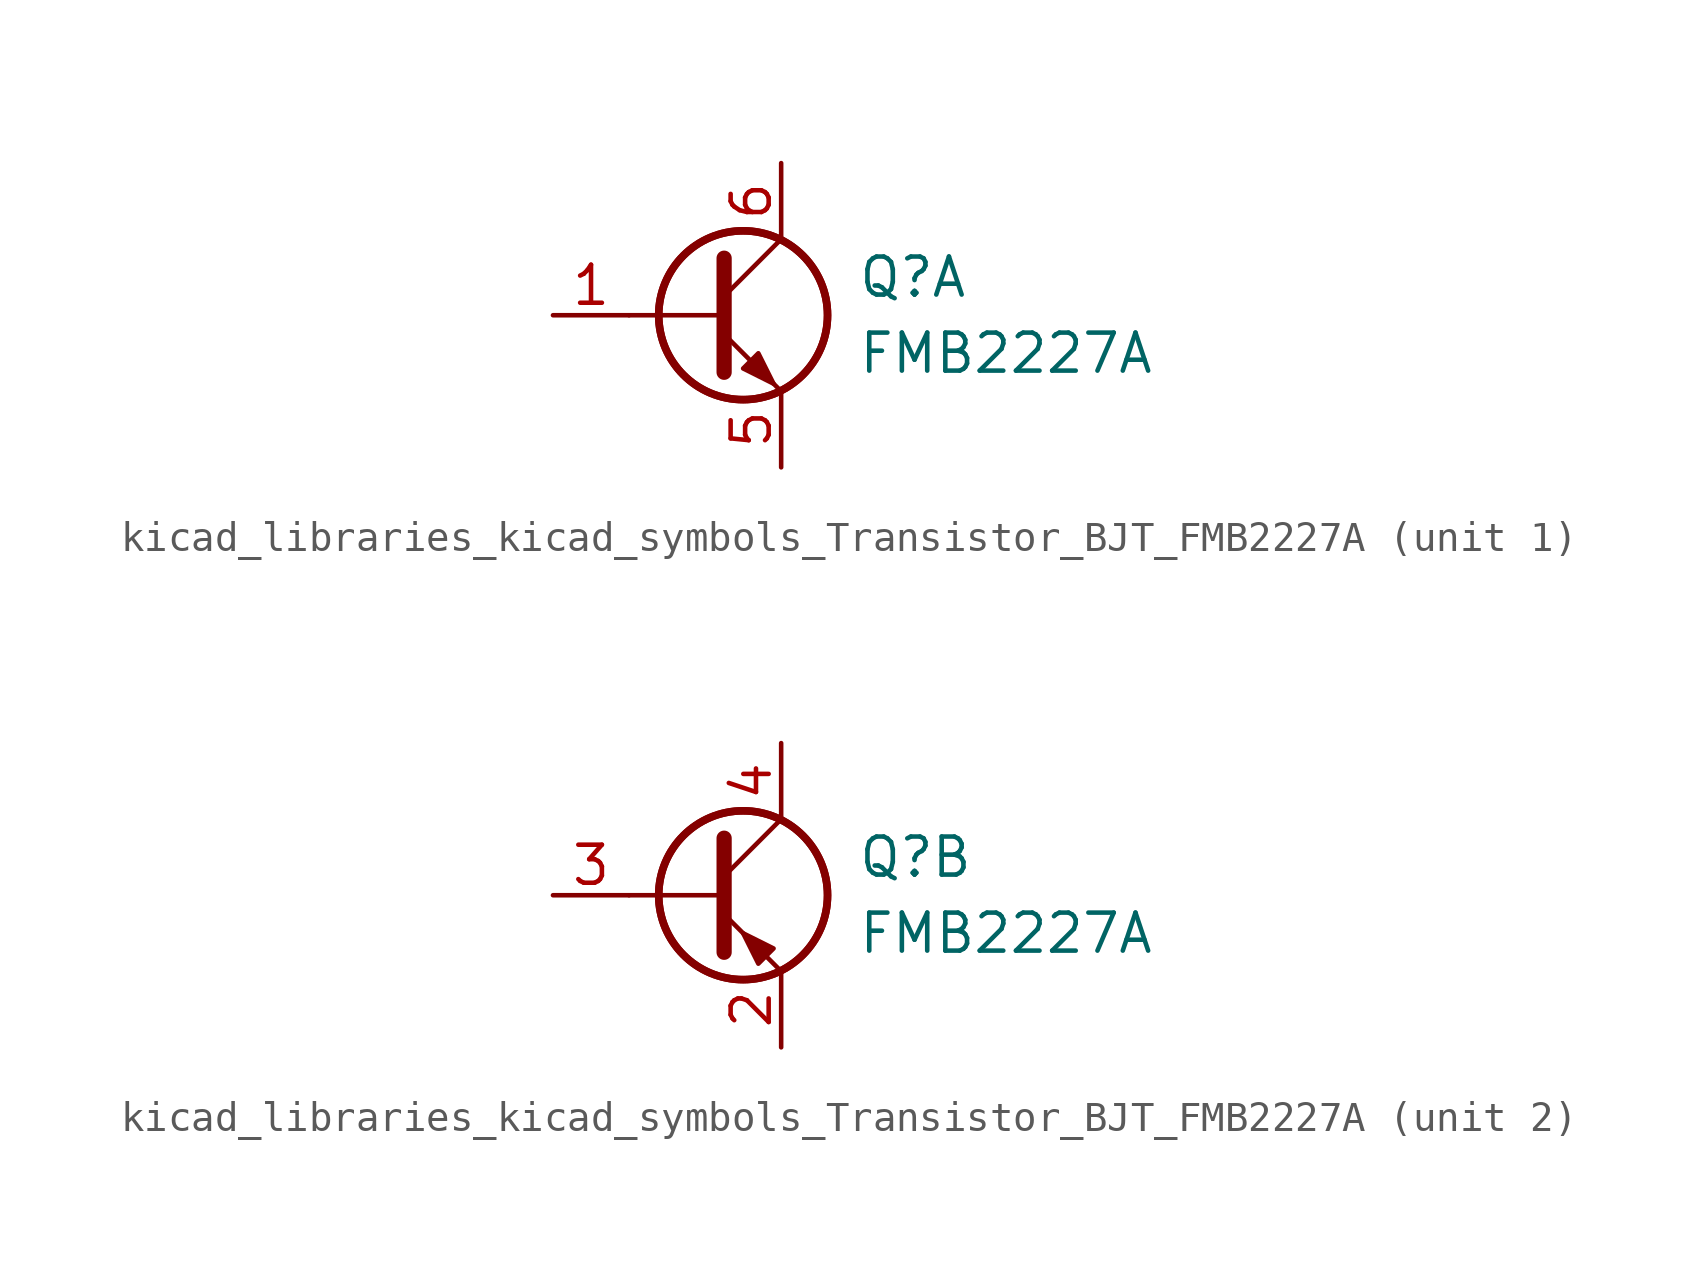
<source format=kicad_sym>
(kicad_symbol_lib
  (version 20220914)
  (generator kicad_symbol_editor)
  (symbol "kicad_libraries_kicad_symbols_Transistor_BJT_FMB2227A"
    (pin_names
      (offset 0) hide)
    (property "Reference" "Q"
      (at 5.08 1.27 0)
      (effects (font (size 1.27 1.27)) (justify left)))
    (property "Value" "FMB2227A"
      (at 5.08 -1.27 0)
      (effects (font (size 1.27 1.27)) (justify left)))
    (property "ki_locked" ""
      (at 0 0 0)
      (effects (font (size 1.27 1.27))))
    (symbol "kicad_libraries_kicad_symbols_Transistor_BJT_FMB2227A_0_1"
      (polyline (pts (xy 0.635 0) (xy -2.54 0)) (stroke (width 0) (type default)) (fill (type none)))
      (circle (center 1.27 0) (radius 2.819) (stroke (width 0.254) (type default)) (fill (type none)))
      (circle (center 1.27 0) (radius 2.819) (stroke (width 0.254) (type default)) (fill (type none))))
    (symbol "kicad_libraries_kicad_symbols_Transistor_BJT_FMB2227A_1_1"
      (polyline (pts (xy 0.635 0.635) (xy 2.54 2.54)) (stroke (width 0) (type default)) (fill (type none)))
      (polyline (pts (xy 0.635 -0.635) (xy 2.54 -2.54) (xy 2.54 -2.54)) (stroke (width 0) (type default)) (fill (type none)))
      (polyline (pts (xy 0.635 1.905) (xy 0.635 -1.905) (xy 0.635 -1.905)) (stroke (width 0.508) (type default)) (fill (type none)))
      (polyline (pts (xy 1.27 -1.778) (xy 1.778 -1.27) (xy 2.286 -2.286) (xy 1.27 -1.778) (xy 1.27 -1.778)) (stroke (width 0) (type default)) (fill (type outline)))
      (pin input line (at -5.08 0 0) (length 2.54) (name "B1" (effects (font (size 1.27 1.27)))) (number "1" (effects (font (size 1.27 1.27)))))
      (pin passive line (at 2.54 -5.08 90) (length 2.54) (name "E1" (effects (font (size 1.27 1.27)))) (number "5" (effects (font (size 1.27 1.27)))))
      (pin passive line (at 2.54 5.08 270) (length 2.54) (name "C1" (effects (font (size 1.27 1.27)))) (number "6" (effects (font (size 1.27 1.27))))))
    (symbol "kicad_libraries_kicad_symbols_Transistor_BJT_FMB2227A_2_1"
      (polyline (pts (xy 0.635 0.635) (xy 2.54 2.54)) (stroke (width 0) (type default)) (fill (type none)))
      (polyline (pts (xy 0.635 -0.635) (xy 2.54 -2.54) (xy 2.54 -2.54)) (stroke (width 0) (type default)) (fill (type none)))
      (polyline (pts (xy 0.635 1.905) (xy 0.635 -1.905) (xy 0.635 -1.905)) (stroke (width 0.508) (type default)) (fill (type none)))
      (polyline (pts (xy 2.286 -1.778) (xy 1.778 -2.286) (xy 1.27 -1.27) (xy 2.286 -1.778) (xy 2.286 -1.778)) (stroke (width 0) (type default)) (fill (type outline)))
      (pin passive line (at 2.54 -5.08 90) (length 2.54) (name "E2" (effects (font (size 1.27 1.27)))) (number "2" (effects (font (size 1.27 1.27)))))
      (pin input line (at -5.08 0 0) (length 2.54) (name "B2" (effects (font (size 1.27 1.27)))) (number "3" (effects (font (size 1.27 1.27)))))
      (pin passive line (at 2.54 5.08 270) (length 2.54) (name "C2" (effects (font (size 1.27 1.27)))) (number "4" (effects (font (size 1.27 1.27))))))))
</source>
